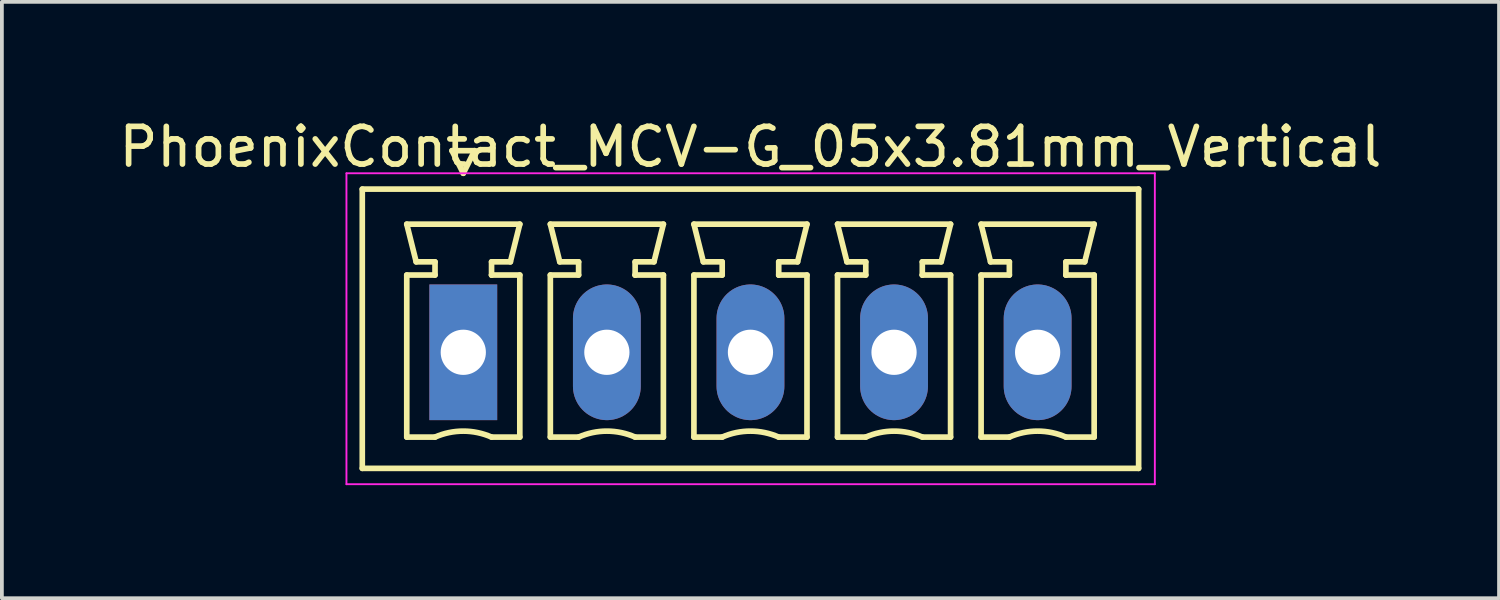
<source format=kicad_pcb>
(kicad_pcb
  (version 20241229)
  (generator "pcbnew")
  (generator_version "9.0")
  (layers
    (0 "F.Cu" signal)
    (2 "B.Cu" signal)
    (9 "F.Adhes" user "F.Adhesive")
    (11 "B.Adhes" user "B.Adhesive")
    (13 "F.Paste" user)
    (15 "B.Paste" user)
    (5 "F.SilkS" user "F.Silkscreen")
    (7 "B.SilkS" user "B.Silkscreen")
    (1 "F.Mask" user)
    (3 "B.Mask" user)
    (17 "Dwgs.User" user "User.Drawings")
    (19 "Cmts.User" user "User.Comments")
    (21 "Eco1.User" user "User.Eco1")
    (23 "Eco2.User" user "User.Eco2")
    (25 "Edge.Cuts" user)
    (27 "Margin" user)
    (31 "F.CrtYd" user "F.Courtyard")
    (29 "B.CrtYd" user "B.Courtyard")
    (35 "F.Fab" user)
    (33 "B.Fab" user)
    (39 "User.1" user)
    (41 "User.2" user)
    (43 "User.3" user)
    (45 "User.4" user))
  (footprint "PhoenixContact_MCV-G_05x3.81mm_Vertical"
    (layer "F.Cu")
    (at 9.243 6.298)
    (property "Reference" "PhoenixContact_MCV-G_05x3.81mm_Vertical" (at 7.62 -5.45 0) (layer "F.SilkS") (effects (font (size 1 1) (thickness 0.15))))
    (attr through_hole)
    (fp_line (start -2.68 -4.33) (end -2.68 3.08) (stroke (width 0.15) (type solid)) (layer "F.SilkS"))
    (fp_line (start -2.68 3.08) (end 17.92 3.08) (stroke (width 0.15) (type solid)) (layer "F.SilkS"))
    (fp_line (start -1.5 -3.4) (end 1.5 -3.4) (stroke (width 0.15) (type solid)) (layer "F.SilkS"))
    (fp_line (start -1.5 -2.05) (end -0.75 -2.05) (stroke (width 0.15) (type solid)) (layer "F.SilkS"))
    (fp_line (start -1.5 2.25) (end -1.5 -2.05) (stroke (width 0.15) (type solid)) (layer "F.SilkS"))
    (fp_line (start -1.25 -2.4) (end -1.5 -3.4) (stroke (width 0.15) (type solid)) (layer "F.SilkS"))
    (fp_line (start -0.75 -2.4) (end -1.25 -2.4) (stroke (width 0.15) (type solid)) (layer "F.SilkS"))
    (fp_line (start -0.75 -2.05) (end -0.75 -2.4) (stroke (width 0.15) (type solid)) (layer "F.SilkS"))
    (fp_line (start -0.75 2.25) (end -1.5 2.25) (stroke (width 0.15) (type solid)) (layer "F.SilkS"))
    (fp_line (start -0.3 -5.35) (end 0 -4.75) (stroke (width 0.15) (type solid)) (layer "F.SilkS"))
    (fp_line (start 0 -4.75) (end 0.3 -5.35) (stroke (width 0.15) (type solid)) (layer "F.SilkS"))
    (fp_line (start 0.3 -5.35) (end -0.3 -5.35) (stroke (width 0.15) (type solid)) (layer "F.SilkS"))
    (fp_line (start 0.75 -2.4) (end 0.75 -2.05) (stroke (width 0.15) (type solid)) (layer "F.SilkS"))
    (fp_line (start 0.75 -2.05) (end 0.75 -2.05) (stroke (width 0.15) (type solid)) (layer "F.SilkS"))
    (fp_line (start 0.75 -2.05) (end 1.5 -2.05) (stroke (width 0.15) (type solid)) (layer "F.SilkS"))
    (fp_line (start 1.25 -2.4) (end 0.75 -2.4) (stroke (width 0.15) (type solid)) (layer "F.SilkS"))
    (fp_line (start 1.5 -3.4) (end 1.25 -2.4) (stroke (width 0.15) (type solid)) (layer "F.SilkS"))
    (fp_line (start 1.5 -2.05) (end 1.5 2.25) (stroke (width 0.15) (type solid)) (layer "F.SilkS"))
    (fp_line (start 1.5 2.25) (end 0.75 2.25) (stroke (width 0.15) (type solid)) (layer "F.SilkS"))
    (fp_line (start 2.31 -3.4) (end 5.31 -3.4) (stroke (width 0.15) (type solid)) (layer "F.SilkS"))
    (fp_line (start 2.31 -2.05) (end 3.06 -2.05) (stroke (width 0.15) (type solid)) (layer "F.SilkS"))
    (fp_line (start 2.31 2.25) (end 2.31 -2.05) (stroke (width 0.15) (type solid)) (layer "F.SilkS"))
    (fp_line (start 2.56 -2.4) (end 2.31 -3.4) (stroke (width 0.15) (type solid)) (layer "F.SilkS"))
    (fp_line (start 3.06 -2.4) (end 2.56 -2.4) (stroke (width 0.15) (type solid)) (layer "F.SilkS"))
    (fp_line (start 3.06 -2.05) (end 3.06 -2.4) (stroke (width 0.15) (type solid)) (layer "F.SilkS"))
    (fp_line (start 3.06 2.25) (end 2.31 2.25) (stroke (width 0.15) (type solid)) (layer "F.SilkS"))
    (fp_line (start 4.56 -2.4) (end 4.56 -2.05) (stroke (width 0.15) (type solid)) (layer "F.SilkS"))
    (fp_line (start 4.56 -2.05) (end 4.56 -2.05) (stroke (width 0.15) (type solid)) (layer "F.SilkS"))
    (fp_line (start 4.56 -2.05) (end 5.31 -2.05) (stroke (width 0.15) (type solid)) (layer "F.SilkS"))
    (fp_line (start 5.06 -2.4) (end 4.56 -2.4) (stroke (width 0.15) (type solid)) (layer "F.SilkS"))
    (fp_line (start 5.31 -3.4) (end 5.06 -2.4) (stroke (width 0.15) (type solid)) (layer "F.SilkS"))
    (fp_line (start 5.31 -2.05) (end 5.31 2.25) (stroke (width 0.15) (type solid)) (layer "F.SilkS"))
    (fp_line (start 5.31 2.25) (end 4.56 2.25) (stroke (width 0.15) (type solid)) (layer "F.SilkS"))
    (fp_line (start 6.12 -3.4) (end 9.12 -3.4) (stroke (width 0.15) (type solid)) (layer "F.SilkS"))
    (fp_line (start 6.12 -2.05) (end 6.87 -2.05) (stroke (width 0.15) (type solid)) (layer "F.SilkS"))
    (fp_line (start 6.12 2.25) (end 6.12 -2.05) (stroke (width 0.15) (type solid)) (layer "F.SilkS"))
    (fp_line (start 6.37 -2.4) (end 6.12 -3.4) (stroke (width 0.15) (type solid)) (layer "F.SilkS"))
    (fp_line (start 6.87 -2.4) (end 6.37 -2.4) (stroke (width 0.15) (type solid)) (layer "F.SilkS"))
    (fp_line (start 6.87 -2.05) (end 6.87 -2.4) (stroke (width 0.15) (type solid)) (layer "F.SilkS"))
    (fp_line (start 6.87 2.25) (end 6.12 2.25) (stroke (width 0.15) (type solid)) (layer "F.SilkS"))
    (fp_line (start 8.37 -2.4) (end 8.37 -2.05) (stroke (width 0.15) (type solid)) (layer "F.SilkS"))
    (fp_line (start 8.37 -2.05) (end 8.37 -2.05) (stroke (width 0.15) (type solid)) (layer "F.SilkS"))
    (fp_line (start 8.37 -2.05) (end 9.12 -2.05) (stroke (width 0.15) (type solid)) (layer "F.SilkS"))
    (fp_line (start 8.87 -2.4) (end 8.37 -2.4) (stroke (width 0.15) (type solid)) (layer "F.SilkS"))
    (fp_line (start 9.12 -3.4) (end 8.87 -2.4) (stroke (width 0.15) (type solid)) (layer "F.SilkS"))
    (fp_line (start 9.12 -2.05) (end 9.12 2.25) (stroke (width 0.15) (type solid)) (layer "F.SilkS"))
    (fp_line (start 9.12 2.25) (end 8.37 2.25) (stroke (width 0.15) (type solid)) (layer "F.SilkS"))
    (fp_line (start 9.93 -3.4) (end 12.93 -3.4) (stroke (width 0.15) (type solid)) (layer "F.SilkS"))
    (fp_line (start 9.93 -2.05) (end 10.68 -2.05) (stroke (width 0.15) (type solid)) (layer "F.SilkS"))
    (fp_line (start 9.93 2.25) (end 9.93 -2.05) (stroke (width 0.15) (type solid)) (layer "F.SilkS"))
    (fp_line (start 10.18 -2.4) (end 9.93 -3.4) (stroke (width 0.15) (type solid)) (layer "F.SilkS"))
    (fp_line (start 10.68 -2.4) (end 10.18 -2.4) (stroke (width 0.15) (type solid)) (layer "F.SilkS"))
    (fp_line (start 10.68 -2.05) (end 10.68 -2.4) (stroke (width 0.15) (type solid)) (layer "F.SilkS"))
    (fp_line (start 10.68 2.25) (end 9.93 2.25) (stroke (width 0.15) (type solid)) (layer "F.SilkS"))
    (fp_line (start 12.18 -2.4) (end 12.18 -2.05) (stroke (width 0.15) (type solid)) (layer "F.SilkS"))
    (fp_line (start 12.18 -2.05) (end 12.18 -2.05) (stroke (width 0.15) (type solid)) (layer "F.SilkS"))
    (fp_line (start 12.18 -2.05) (end 12.93 -2.05) (stroke (width 0.15) (type solid)) (layer "F.SilkS"))
    (fp_line (start 12.68 -2.4) (end 12.18 -2.4) (stroke (width 0.15) (type solid)) (layer "F.SilkS"))
    (fp_line (start 12.93 -3.4) (end 12.68 -2.4) (stroke (width 0.15) (type solid)) (layer "F.SilkS"))
    (fp_line (start 12.93 -2.05) (end 12.93 2.25) (stroke (width 0.15) (type solid)) (layer "F.SilkS"))
    (fp_line (start 12.93 2.25) (end 12.18 2.25) (stroke (width 0.15) (type solid)) (layer "F.SilkS"))
    (fp_line (start 13.74 -3.4) (end 16.74 -3.4) (stroke (width 0.15) (type solid)) (layer "F.SilkS"))
    (fp_line (start 13.74 -2.05) (end 14.49 -2.05) (stroke (width 0.15) (type solid)) (layer "F.SilkS"))
    (fp_line (start 13.74 2.25) (end 13.74 -2.05) (stroke (width 0.15) (type solid)) (layer "F.SilkS"))
    (fp_line (start 13.99 -2.4) (end 13.74 -3.4) (stroke (width 0.15) (type solid)) (layer "F.SilkS"))
    (fp_line (start 14.49 -2.4) (end 13.99 -2.4) (stroke (width 0.15) (type solid)) (layer "F.SilkS"))
    (fp_line (start 14.49 -2.05) (end 14.49 -2.4) (stroke (width 0.15) (type solid)) (layer "F.SilkS"))
    (fp_line (start 14.49 2.25) (end 13.74 2.25) (stroke (width 0.15) (type solid)) (layer "F.SilkS"))
    (fp_line (start 15.99 -2.4) (end 15.99 -2.05) (stroke (width 0.15) (type solid)) (layer "F.SilkS"))
    (fp_line (start 15.99 -2.05) (end 15.99 -2.05) (stroke (width 0.15) (type solid)) (layer "F.SilkS"))
    (fp_line (start 15.99 -2.05) (end 16.74 -2.05) (stroke (width 0.15) (type solid)) (layer "F.SilkS"))
    (fp_line (start 16.49 -2.4) (end 15.99 -2.4) (stroke (width 0.15) (type solid)) (layer "F.SilkS"))
    (fp_line (start 16.74 -3.4) (end 16.49 -2.4) (stroke (width 0.15) (type solid)) (layer "F.SilkS"))
    (fp_line (start 16.74 -2.05) (end 16.74 2.25) (stroke (width 0.15) (type solid)) (layer "F.SilkS"))
    (fp_line (start 16.74 2.25) (end 15.99 2.25) (stroke (width 0.15) (type solid)) (layer "F.SilkS"))
    (fp_line (start 17.92 -4.33) (end -2.68 -4.33) (stroke (width 0.15) (type solid)) (layer "F.SilkS"))
    (fp_line (start 17.92 3.08) (end 17.92 -4.33) (stroke (width 0.15) (type solid)) (layer "F.SilkS"))
    (fp_arc (start -0.75 2.25) (mid -0.000193 2.09191) (end 0.749647 2.249844) (stroke (width 0.15) (type solid)) (layer "F.SilkS"))
    (fp_arc (start 3.06 2.25) (mid 3.809807 2.09191) (end 4.559647 2.249844) (stroke (width 0.15) (type solid)) (layer "F.SilkS"))
    (fp_arc (start 6.87 2.25) (mid 7.619807 2.09191) (end 8.369647 2.249844) (stroke (width 0.15) (type solid)) (layer "F.SilkS"))
    (fp_arc (start 10.68 2.25) (mid 11.429807 2.09191) (end 12.179647 2.249844) (stroke (width 0.15) (type solid)) (layer "F.SilkS"))
    (fp_arc (start 14.49 2.25) (mid 15.239807 2.09191) (end 15.989647 2.249844) (stroke (width 0.15) (type solid)) (layer "F.SilkS"))
    (fp_line (start -3.1 -4.75) (end -3.1 3.5) (stroke (width 0.05) (type solid)) (layer "F.CrtYd"))
    (fp_line (start -3.1 3.5) (end 18.35 3.5) (stroke (width 0.05) (type solid)) (layer "F.CrtYd"))
    (fp_line (start 18.35 -4.75) (end -3.1 -4.75) (stroke (width 0.05) (type solid)) (layer "F.CrtYd"))
    (fp_line (start 18.35 3.5) (end 18.35 -4.75) (stroke (width 0.05) (type solid)) (layer "F.CrtYd"))
    (pad "1" thru_hole rect (at 0 0) (size 1.8 3.6) (drill 1.2) (layers "*.Cu" "*.Mask"))
    (pad "2" thru_hole oval (at 3.81 0) (size 1.8 3.6) (drill 1.2) (layers "*.Cu" "*.Mask"))
    (pad "3" thru_hole oval (at 7.62 0) (size 1.8 3.6) (drill 1.2) (layers "*.Cu" "*.Mask"))
    (pad "4" thru_hole oval (at 11.43 0) (size 1.8 3.6) (drill 1.2) (layers "*.Cu" "*.Mask"))
    (pad "5" thru_hole oval (at 15.24 0) (size 1.8 3.6) (drill 1.2) (layers "*.Cu" "*.Mask")))
  (gr_rect
    (start -3 -3)
    (end 36.726 12.823)
    (stroke (width 0.1) (type default))
    (fill no)
    (layer "Edge.Cuts")))
</source>
